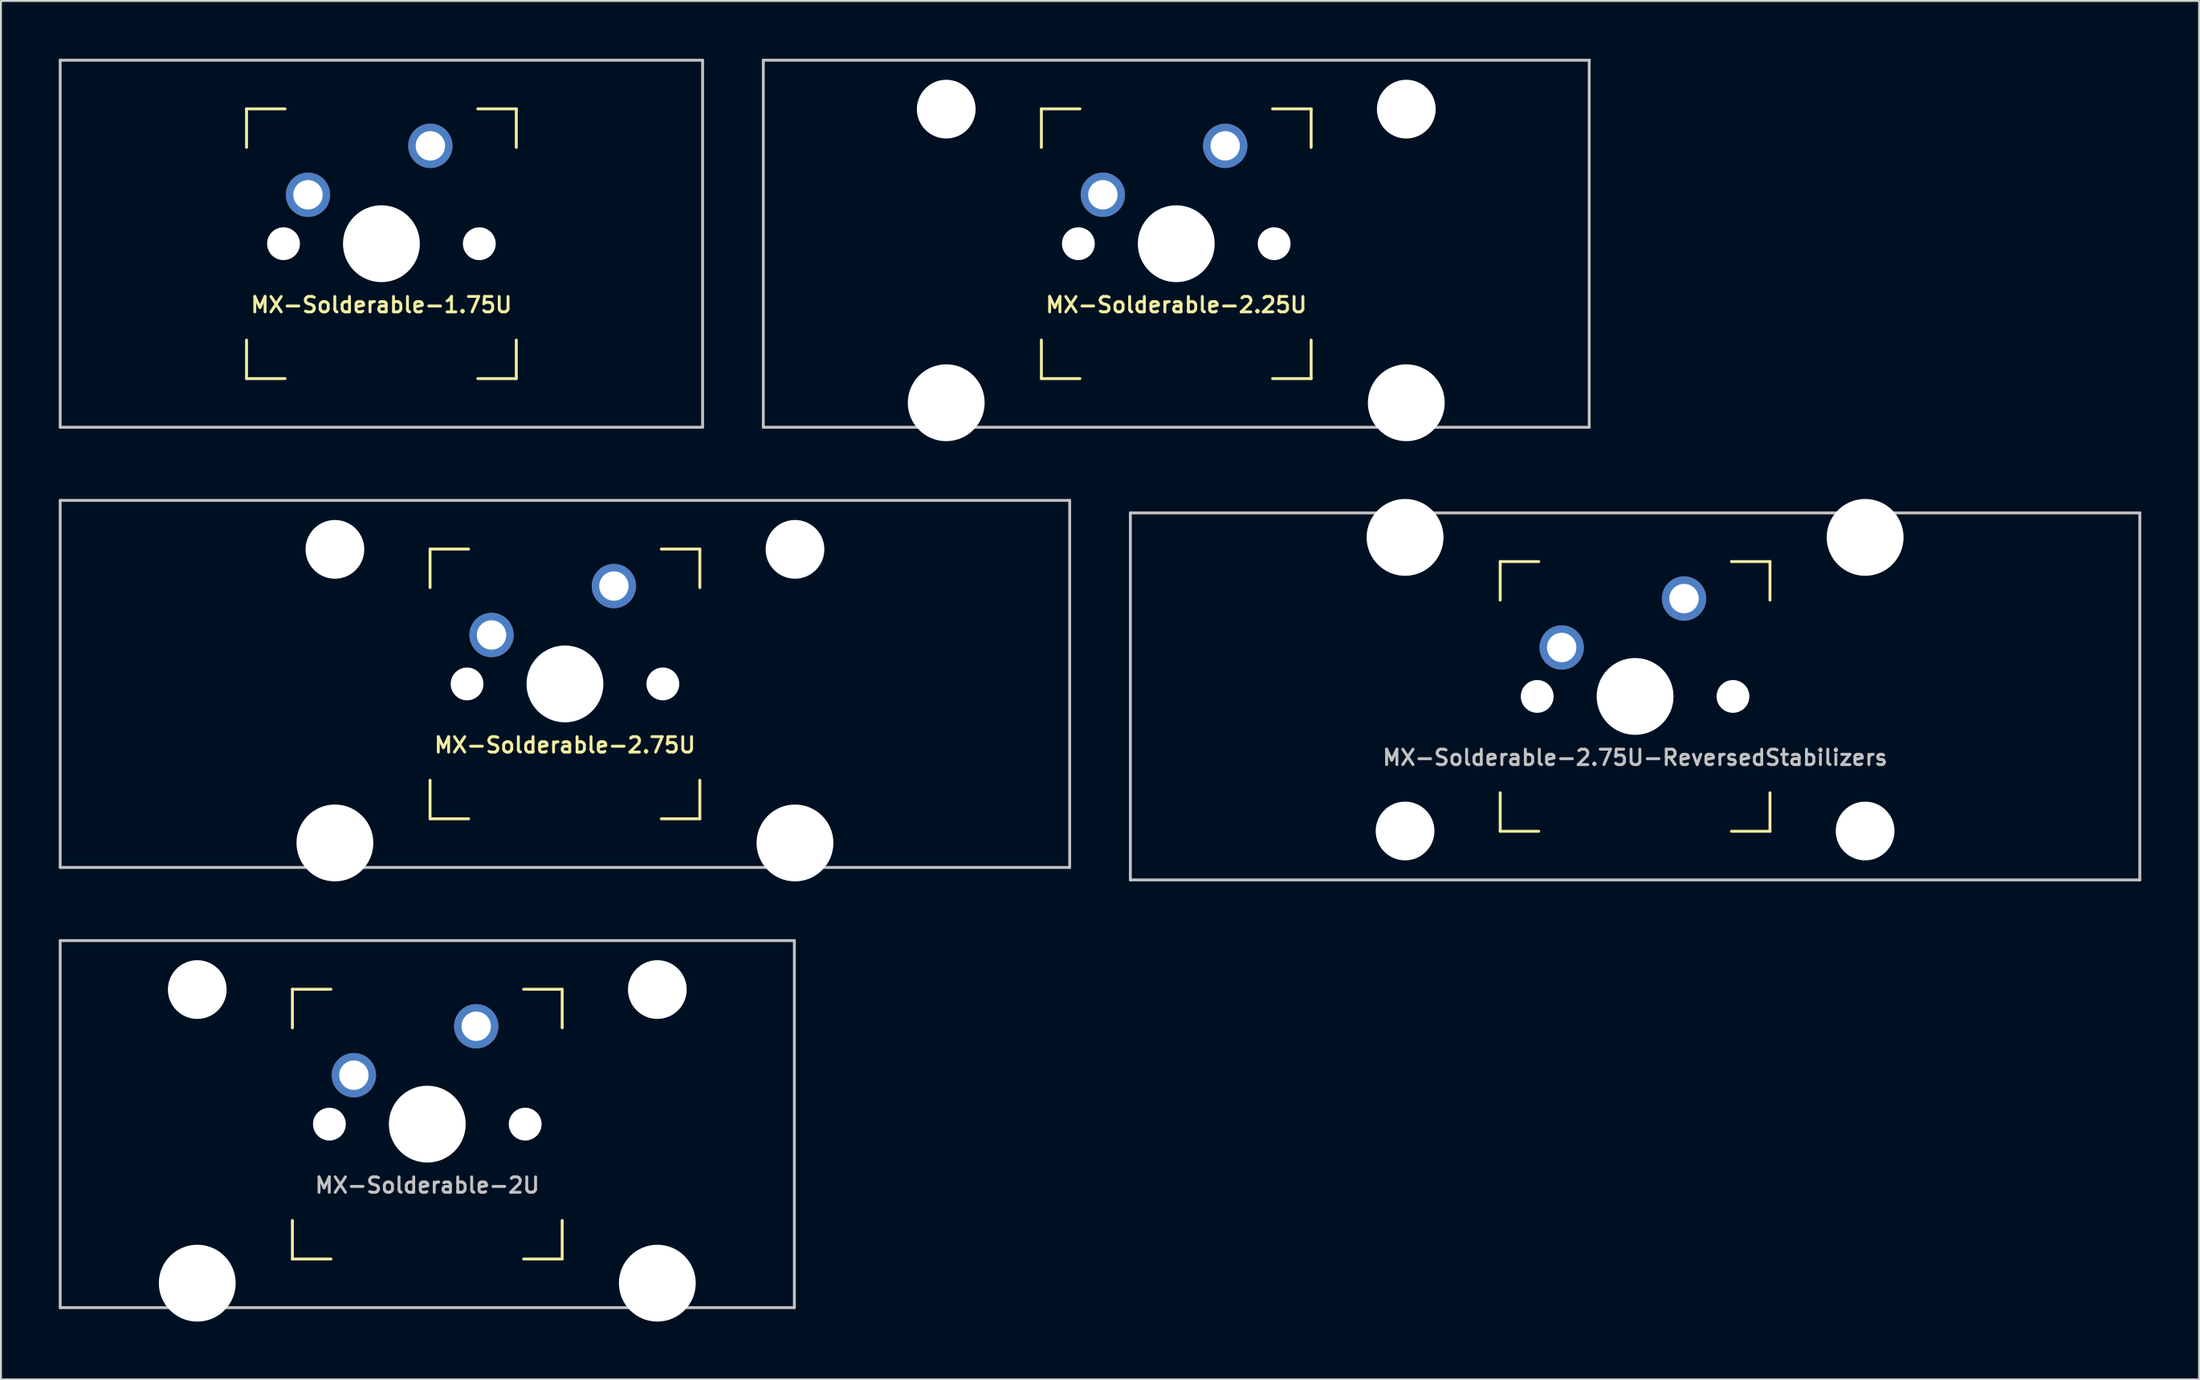
<source format=kicad_pcb>
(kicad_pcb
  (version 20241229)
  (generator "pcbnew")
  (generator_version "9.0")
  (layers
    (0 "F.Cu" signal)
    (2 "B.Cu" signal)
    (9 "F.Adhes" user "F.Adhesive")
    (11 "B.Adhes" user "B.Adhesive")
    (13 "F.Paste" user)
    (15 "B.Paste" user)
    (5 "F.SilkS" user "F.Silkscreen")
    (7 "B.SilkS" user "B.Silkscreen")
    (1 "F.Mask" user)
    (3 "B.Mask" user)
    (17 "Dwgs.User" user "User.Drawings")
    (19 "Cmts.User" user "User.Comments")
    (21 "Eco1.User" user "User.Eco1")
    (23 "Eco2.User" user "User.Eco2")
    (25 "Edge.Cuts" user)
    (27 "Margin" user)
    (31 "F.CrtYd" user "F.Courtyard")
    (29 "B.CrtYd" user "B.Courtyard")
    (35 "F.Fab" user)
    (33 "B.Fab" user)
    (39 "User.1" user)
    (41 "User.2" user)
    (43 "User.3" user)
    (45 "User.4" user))
  (footprint "MX-Solderable-2.75U-ReversedStabilizers"
    (layer "F.Cu")
    (at 81.806 33.098)
    (property "Reference" "MX-Solderable-2.75U-ReversedStabilizers" (at 0 3.175 0) (layer "Dwgs.User") (effects (font (size 0.8 0.8) (thickness 0.15))))
    (attr through_hole)
    (fp_line (start -7 -7) (end -7 -5) (stroke (width 0.15) (type solid)) (layer "F.SilkS"))
    (fp_line (start -7 5) (end -7 7) (stroke (width 0.15) (type solid)) (layer "F.SilkS"))
    (fp_line (start -7 7) (end -5 7) (stroke (width 0.15) (type solid)) (layer "F.SilkS"))
    (fp_line (start -5 -7) (end -7 -7) (stroke (width 0.15) (type solid)) (layer "F.SilkS"))
    (fp_line (start 5 -7) (end 7 -7) (stroke (width 0.15) (type solid)) (layer "F.SilkS"))
    (fp_line (start 5 7) (end 7 7) (stroke (width 0.15) (type solid)) (layer "F.SilkS"))
    (fp_line (start 7 -7) (end 7 -5) (stroke (width 0.15) (type solid)) (layer "F.SilkS"))
    (fp_line (start 7 7) (end 7 5) (stroke (width 0.15) (type solid)) (layer "F.SilkS"))
    (fp_line (start -26.194 9.525) (end -26.194 -9.525) (stroke (width 0.15) (type solid)) (layer "Dwgs.User"))
    (fp_line (start 26.194 -9.525) (end -26.194 -9.525) (stroke (width 0.15) (type solid)) (layer "Dwgs.User"))
    (fp_line (start 26.194 9.525) (end -26.194 9.525) (stroke (width 0.15) (type solid)) (layer "Dwgs.User"))
    (fp_line (start 26.194 9.525) (end 26.194 -9.525) (stroke (width 0.15) (type solid)) (layer "Dwgs.User"))
    (pad "" np_thru_hole circle (at -11.938 -8.255) (size 3.988 3.988) (drill 3.988) (layers "*.Cu" "*.Mask"))
    (pad "" np_thru_hole circle (at -11.938 6.985) (size 3.048 3.048) (drill 3.048) (layers "*.Cu" "*.Mask"))
    (pad "" np_thru_hole circle (at -5.08 0 48.099) (size 1.702 1.702) (drill 1.702) (layers "*.Cu" "*.Mask"))
    (pad "" np_thru_hole circle (at 0 0) (size 3.988 3.988) (drill 3.988) (layers "*.Cu" "*.Mask"))
    (pad "" np_thru_hole circle (at 5.08 0 48.099) (size 1.702 1.702) (drill 1.702) (layers "*.Cu" "*.Mask"))
    (pad "" np_thru_hole circle (at 11.938 -8.255) (size 3.988 3.988) (drill 3.988) (layers "*.Cu" "*.Mask"))
    (pad "" np_thru_hole circle (at 11.938 6.985) (size 3.048 3.048) (drill 3.048) (layers "*.Cu" "*.Mask"))
    (pad "1" thru_hole circle (at -3.81 -2.54) (size 2.3 2.3) (drill 1.524) (layers "*.Cu" "B.Mask"))
    (pad "2" thru_hole circle (at 2.54 -5.08) (size 2.3 2.3) (drill 1.524) (layers "*.Cu" "B.Mask")))
  (footprint "MX-Solderable-2.75U"
    (layer "F.Cu")
    (at 26.269 32.449)
    (property "Reference" "MX-Solderable-2.75U" (at 0 3.175 0) (layer "F.SilkS") (effects (font (size 0.8 0.8) (thickness 0.15))))
    (attr through_hole)
    (fp_line (start -7 -7) (end -7 -5) (stroke (width 0.15) (type solid)) (layer "F.SilkS"))
    (fp_line (start -7 5) (end -7 7) (stroke (width 0.15) (type solid)) (layer "F.SilkS"))
    (fp_line (start -7 7) (end -5 7) (stroke (width 0.15) (type solid)) (layer "F.SilkS"))
    (fp_line (start -5 -7) (end -7 -7) (stroke (width 0.15) (type solid)) (layer "F.SilkS"))
    (fp_line (start 5 -7) (end 7 -7) (stroke (width 0.15) (type solid)) (layer "F.SilkS"))
    (fp_line (start 5 7) (end 7 7) (stroke (width 0.15) (type solid)) (layer "F.SilkS"))
    (fp_line (start 7 -7) (end 7 -5) (stroke (width 0.15) (type solid)) (layer "F.SilkS"))
    (fp_line (start 7 7) (end 7 5) (stroke (width 0.15) (type solid)) (layer "F.SilkS"))
    (fp_line (start -26.194 9.525) (end -26.194 -9.525) (stroke (width 0.15) (type solid)) (layer "Dwgs.User"))
    (fp_line (start 26.194 -9.525) (end -26.194 -9.525) (stroke (width 0.15) (type solid)) (layer "Dwgs.User"))
    (fp_line (start 26.194 9.525) (end -26.194 9.525) (stroke (width 0.15) (type solid)) (layer "Dwgs.User"))
    (fp_line (start 26.194 9.525) (end 26.194 -9.525) (stroke (width 0.15) (type solid)) (layer "Dwgs.User"))
    (pad "" np_thru_hole circle (at -11.938 -6.985) (size 3.048 3.048) (drill 3.048) (layers "*.Cu" "*.Mask"))
    (pad "" np_thru_hole circle (at -11.938 8.255) (size 3.988 3.988) (drill 3.988) (layers "*.Cu" "*.Mask"))
    (pad "" np_thru_hole circle (at -5.08 0 48.099) (size 1.702 1.702) (drill 1.702) (layers "*.Cu" "*.Mask"))
    (pad "" np_thru_hole circle (at 0 0) (size 3.988 3.988) (drill 3.988) (layers "*.Cu" "*.Mask"))
    (pad "" np_thru_hole circle (at 5.08 0 48.099) (size 1.702 1.702) (drill 1.702) (layers "*.Cu" "*.Mask"))
    (pad "" np_thru_hole circle (at 11.938 -6.985) (size 3.048 3.048) (drill 3.048) (layers "*.Cu" "*.Mask"))
    (pad "" np_thru_hole circle (at 11.938 8.255) (size 3.988 3.988) (drill 3.988) (layers "*.Cu" "*.Mask"))
    (pad "1" thru_hole circle (at -3.81 -2.54) (size 2.3 2.3) (drill 1.524) (layers "*.Cu" "B.Mask"))
    (pad "2" thru_hole circle (at 2.54 -5.08) (size 2.3 2.3) (drill 1.524) (layers "*.Cu" "B.Mask")))
  (footprint "MX-Solderable-2U"
    (layer "F.Cu")
    (at 19.125 55.298)
    (property "Reference" "MX-Solderable-2U" (at 0 3.175 0) (layer "Dwgs.User") (effects (font (size 0.8 0.8) (thickness 0.15))))
    (attr through_hole)
    (fp_line (start -7 -7) (end -7 -5) (stroke (width 0.15) (type solid)) (layer "F.SilkS"))
    (fp_line (start -7 5) (end -7 7) (stroke (width 0.15) (type solid)) (layer "F.SilkS"))
    (fp_line (start -7 7) (end -5 7) (stroke (width 0.15) (type solid)) (layer "F.SilkS"))
    (fp_line (start -5 -7) (end -7 -7) (stroke (width 0.15) (type solid)) (layer "F.SilkS"))
    (fp_line (start 5 -7) (end 7 -7) (stroke (width 0.15) (type solid)) (layer "F.SilkS"))
    (fp_line (start 5 7) (end 7 7) (stroke (width 0.15) (type solid)) (layer "F.SilkS"))
    (fp_line (start 7 -7) (end 7 -5) (stroke (width 0.15) (type solid)) (layer "F.SilkS"))
    (fp_line (start 7 7) (end 7 5) (stroke (width 0.15) (type solid)) (layer "F.SilkS"))
    (fp_line (start -19.05 9.525) (end -19.05 -9.525) (stroke (width 0.15) (type solid)) (layer "Dwgs.User"))
    (fp_line (start 19.05 -9.525) (end -19.05 -9.525) (stroke (width 0.15) (type solid)) (layer "Dwgs.User"))
    (fp_line (start 19.05 9.525) (end -19.05 9.525) (stroke (width 0.15) (type solid)) (layer "Dwgs.User"))
    (fp_line (start 19.05 9.525) (end 19.05 -9.525) (stroke (width 0.15) (type solid)) (layer "Dwgs.User"))
    (pad "" np_thru_hole circle (at -11.938 -6.985) (size 3.048 3.048) (drill 3.048) (layers "*.Cu" "*.Mask"))
    (pad "" np_thru_hole circle (at -11.938 8.255) (size 3.988 3.988) (drill 3.988) (layers "*.Cu" "*.Mask"))
    (pad "" np_thru_hole circle (at -5.08 0 48.099) (size 1.702 1.702) (drill 1.702) (layers "*.Cu" "*.Mask"))
    (pad "" np_thru_hole circle (at 0 0) (size 3.988 3.988) (drill 3.988) (layers "*.Cu" "*.Mask"))
    (pad "" np_thru_hole circle (at 5.08 0 48.099) (size 1.702 1.702) (drill 1.702) (layers "*.Cu" "*.Mask"))
    (pad "" np_thru_hole circle (at 11.938 -6.985) (size 3.048 3.048) (drill 3.048) (layers "*.Cu" "*.Mask"))
    (pad "" np_thru_hole circle (at 11.938 8.255) (size 3.988 3.988) (drill 3.988) (layers "*.Cu" "*.Mask"))
    (pad "1" thru_hole circle (at -3.81 -2.54) (size 2.3 2.3) (drill 1.524) (layers "*.Cu" "B.Mask"))
    (pad "2" thru_hole circle (at 2.54 -5.08) (size 2.3 2.3) (drill 1.524) (layers "*.Cu" "B.Mask")))
  (footprint "MX-Solderable-1.75U"
    (layer "F.Cu")
    (at 16.744 9.6)
    (property "Reference" "MX-Solderable-1.75U" (at 0 3.175 0) (layer "F.SilkS") (effects (font (size 0.8 0.8) (thickness 0.15))))
    (attr through_hole)
    (fp_line (start -7 -7) (end -7 -5) (stroke (width 0.15) (type solid)) (layer "F.SilkS"))
    (fp_line (start -7 5) (end -7 7) (stroke (width 0.15) (type solid)) (layer "F.SilkS"))
    (fp_line (start -7 7) (end -5 7) (stroke (width 0.15) (type solid)) (layer "F.SilkS"))
    (fp_line (start -5 -7) (end -7 -7) (stroke (width 0.15) (type solid)) (layer "F.SilkS"))
    (fp_line (start 5 -7) (end 7 -7) (stroke (width 0.15) (type solid)) (layer "F.SilkS"))
    (fp_line (start 5 7) (end 7 7) (stroke (width 0.15) (type solid)) (layer "F.SilkS"))
    (fp_line (start 7 -7) (end 7 -5) (stroke (width 0.15) (type solid)) (layer "F.SilkS"))
    (fp_line (start 7 7) (end 7 5) (stroke (width 0.15) (type solid)) (layer "F.SilkS"))
    (fp_line (start -16.669 9.525) (end -16.669 -9.525) (stroke (width 0.15) (type solid)) (layer "Dwgs.User"))
    (fp_line (start 16.669 -9.525) (end -16.669 -9.525) (stroke (width 0.15) (type solid)) (layer "Dwgs.User"))
    (fp_line (start 16.669 9.525) (end -16.669 9.525) (stroke (width 0.15) (type solid)) (layer "Dwgs.User"))
    (fp_line (start 16.669 9.525) (end 16.669 -9.525) (stroke (width 0.15) (type solid)) (layer "Dwgs.User"))
    (pad "" np_thru_hole circle (at -5.08 0 48.099) (size 1.702 1.702) (drill 1.702) (layers "*.Cu" "*.Mask"))
    (pad "" np_thru_hole circle (at 0 0) (size 3.988 3.988) (drill 3.988) (layers "*.Cu" "*.Mask"))
    (pad "" np_thru_hole circle (at 5.08 0 48.099) (size 1.702 1.702) (drill 1.702) (layers "*.Cu" "*.Mask"))
    (pad "1" thru_hole circle (at -3.81 -2.54) (size 2.3 2.3) (drill 1.524) (layers "*.Cu" "B.Mask"))
    (pad "2" thru_hole circle (at 2.54 -5.08) (size 2.3 2.3) (drill 1.524) (layers "*.Cu" "B.Mask")))
  (footprint "MX-Solderable-2.25U"
    (layer "F.Cu")
    (at 57.994 9.6)
    (property "Reference" "MX-Solderable-2.25U" (at 0 3.175 0) (layer "F.SilkS") (effects (font (size 0.8 0.8) (thickness 0.15))))
    (attr through_hole)
    (fp_line (start -7 -7) (end -7 -5) (stroke (width 0.15) (type solid)) (layer "F.SilkS"))
    (fp_line (start -7 5) (end -7 7) (stroke (width 0.15) (type solid)) (layer "F.SilkS"))
    (fp_line (start -7 7) (end -5 7) (stroke (width 0.15) (type solid)) (layer "F.SilkS"))
    (fp_line (start -5 -7) (end -7 -7) (stroke (width 0.15) (type solid)) (layer "F.SilkS"))
    (fp_line (start 5 -7) (end 7 -7) (stroke (width 0.15) (type solid)) (layer "F.SilkS"))
    (fp_line (start 5 7) (end 7 7) (stroke (width 0.15) (type solid)) (layer "F.SilkS"))
    (fp_line (start 7 -7) (end 7 -5) (stroke (width 0.15) (type solid)) (layer "F.SilkS"))
    (fp_line (start 7 7) (end 7 5) (stroke (width 0.15) (type solid)) (layer "F.SilkS"))
    (fp_line (start -21.431 9.525) (end -21.431 -9.525) (stroke (width 0.15) (type solid)) (layer "Dwgs.User"))
    (fp_line (start 21.431 -9.525) (end -21.431 -9.525) (stroke (width 0.15) (type solid)) (layer "Dwgs.User"))
    (fp_line (start 21.431 9.525) (end -21.431 9.525) (stroke (width 0.15) (type solid)) (layer "Dwgs.User"))
    (fp_line (start 21.431 9.525) (end 21.431 -9.525) (stroke (width 0.15) (type solid)) (layer "Dwgs.User"))
    (pad "" np_thru_hole circle (at -11.938 -6.985) (size 3.048 3.048) (drill 3.048) (layers "*.Cu" "*.Mask"))
    (pad "" np_thru_hole circle (at -11.938 8.255) (size 3.988 3.988) (drill 3.988) (layers "*.Cu" "*.Mask"))
    (pad "" np_thru_hole circle (at -5.08 0 48.099) (size 1.702 1.702) (drill 1.702) (layers "*.Cu" "*.Mask"))
    (pad "" np_thru_hole circle (at 0 0) (size 3.988 3.988) (drill 3.988) (layers "*.Cu" "*.Mask"))
    (pad "" np_thru_hole circle (at 5.08 0 48.099) (size 1.702 1.702) (drill 1.702) (layers "*.Cu" "*.Mask"))
    (pad "" np_thru_hole circle (at 11.938 -6.985) (size 3.048 3.048) (drill 3.048) (layers "*.Cu" "*.Mask"))
    (pad "" np_thru_hole circle (at 11.938 8.255) (size 3.988 3.988) (drill 3.988) (layers "*.Cu" "*.Mask"))
    (pad "1" thru_hole circle (at -3.81 -2.54) (size 2.3 2.3) (drill 1.524) (layers "*.Cu" "B.Mask"))
    (pad "2" thru_hole circle (at 2.54 -5.08) (size 2.3 2.3) (drill 1.524) (layers "*.Cu" "B.Mask")))
  (gr_rect
    (start -3 -3)
    (end 111.075 68.547)
    (stroke (width 0.1) (type default))
    (fill no)
    (layer "Edge.Cuts")))
</source>
